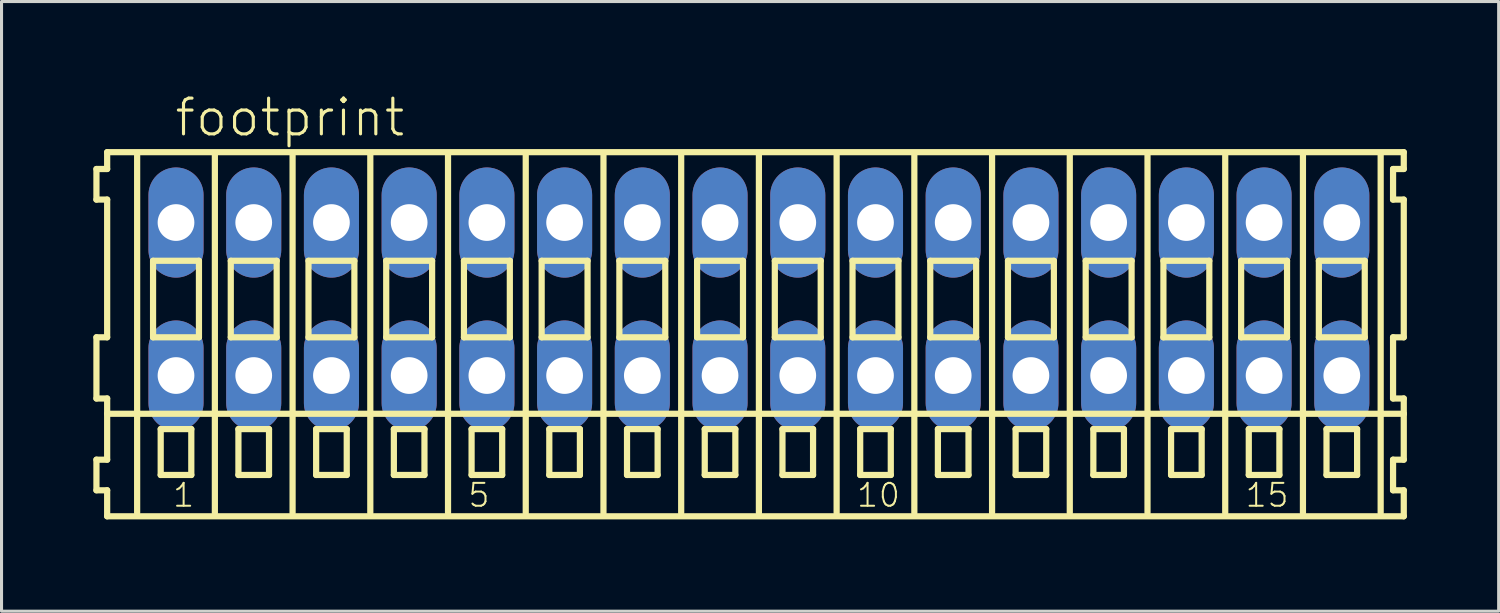
<source format=kicad_pcb>
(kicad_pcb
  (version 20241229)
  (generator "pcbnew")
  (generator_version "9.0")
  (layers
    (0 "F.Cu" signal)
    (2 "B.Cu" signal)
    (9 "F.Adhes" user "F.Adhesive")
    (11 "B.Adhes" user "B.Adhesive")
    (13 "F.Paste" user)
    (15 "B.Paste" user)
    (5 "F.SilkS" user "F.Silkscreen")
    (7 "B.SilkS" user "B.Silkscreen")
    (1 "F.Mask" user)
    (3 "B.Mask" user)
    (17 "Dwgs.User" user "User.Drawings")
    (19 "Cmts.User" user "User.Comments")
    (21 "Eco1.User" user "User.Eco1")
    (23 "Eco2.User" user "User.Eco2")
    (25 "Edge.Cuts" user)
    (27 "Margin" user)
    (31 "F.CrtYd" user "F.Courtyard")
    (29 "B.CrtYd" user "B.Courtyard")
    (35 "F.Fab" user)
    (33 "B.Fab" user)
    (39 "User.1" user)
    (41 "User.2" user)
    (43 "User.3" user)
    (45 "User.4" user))
  (footprint "footprint"
    (layer "F.Cu")
    (at 21.752 6.723)
    (property "Reference" "footprint" (at -19.15 -5.25 0) (layer "F.SilkS") (effects (font (size 1.168 1.168) (thickness 0.102)) (justify left bottom)))
    (fp_line (start -21.65 -4.25) (end -21.65 -3.25) (stroke (width 0.203) (type solid)) (layer "F.SilkS"))
    (fp_line (start -21.65 -3.25) (end -21.3 -3.25) (stroke (width 0.203) (type solid)) (layer "F.SilkS"))
    (fp_line (start -21.65 1.25) (end -21.65 3.25) (stroke (width 0.203) (type solid)) (layer "F.SilkS"))
    (fp_line (start -21.65 3.25) (end -21.3 3.25) (stroke (width 0.203) (type solid)) (layer "F.SilkS"))
    (fp_line (start -21.65 5.25) (end -21.65 6.25) (stroke (width 0.203) (type solid)) (layer "F.SilkS"))
    (fp_line (start -21.65 6.25) (end -21.3 6.25) (stroke (width 0.203) (type solid)) (layer "F.SilkS"))
    (fp_line (start -21.3 -4.8) (end -21.3 -4.25) (stroke (width 0.203) (type solid)) (layer "F.SilkS"))
    (fp_line (start -21.3 -4.25) (end -21.65 -4.25) (stroke (width 0.203) (type solid)) (layer "F.SilkS"))
    (fp_line (start -21.3 -3.25) (end -21.3 1.25) (stroke (width 0.203) (type solid)) (layer "F.SilkS"))
    (fp_line (start -21.3 1.25) (end -21.65 1.25) (stroke (width 0.203) (type solid)) (layer "F.SilkS"))
    (fp_line (start -21.3 3.25) (end -21.3 5.25) (stroke (width 0.203) (type solid)) (layer "F.SilkS"))
    (fp_line (start -21.3 3.75) (end 21.075 3.75) (stroke (width 0.203) (type solid)) (layer "F.SilkS"))
    (fp_line (start -21.3 5.25) (end -21.65 5.25) (stroke (width 0.203) (type solid)) (layer "F.SilkS"))
    (fp_line (start -21.3 6.25) (end -21.3 7.1) (stroke (width 0.203) (type solid)) (layer "F.SilkS"))
    (fp_line (start -21.3 7.1) (end 21.075 7.1) (stroke (width 0.203) (type solid)) (layer "F.SilkS"))
    (fp_line (start -20.32 6.985) (end -20.32 -4.699) (stroke (width 0.203) (type solid)) (layer "F.SilkS"))
    (fp_line (start -19.8 -1.25) (end -19.8 1.25) (stroke (width 0.203) (type solid)) (layer "F.SilkS"))
    (fp_line (start -19.8 1.25) (end -18.3 1.25) (stroke (width 0.203) (type solid)) (layer "F.SilkS"))
    (fp_line (start -19.55 4.25) (end -19.55 5.75) (stroke (width 0.203) (type solid)) (layer "F.SilkS"))
    (fp_line (start -19.55 5.75) (end -18.55 5.75) (stroke (width 0.203) (type solid)) (layer "F.SilkS"))
    (fp_line (start -18.55 4.25) (end -19.55 4.25) (stroke (width 0.203) (type solid)) (layer "F.SilkS"))
    (fp_line (start -18.55 5.75) (end -18.55 4.25) (stroke (width 0.203) (type solid)) (layer "F.SilkS"))
    (fp_line (start -18.3 -1.25) (end -19.8 -1.25) (stroke (width 0.203) (type solid)) (layer "F.SilkS"))
    (fp_line (start -18.3 1.25) (end -18.3 -1.25) (stroke (width 0.203) (type solid)) (layer "F.SilkS"))
    (fp_line (start -17.78 6.985) (end -17.78 -4.699) (stroke (width 0.203) (type solid)) (layer "F.SilkS"))
    (fp_line (start -17.26 -1.25) (end -17.26 1.25) (stroke (width 0.203) (type solid)) (layer "F.SilkS"))
    (fp_line (start -17.26 1.25) (end -15.76 1.25) (stroke (width 0.203) (type solid)) (layer "F.SilkS"))
    (fp_line (start -17.01 4.25) (end -17.01 5.75) (stroke (width 0.203) (type solid)) (layer "F.SilkS"))
    (fp_line (start -17.01 5.75) (end -16.01 5.75) (stroke (width 0.203) (type solid)) (layer "F.SilkS"))
    (fp_line (start -16.01 4.25) (end -17.01 4.25) (stroke (width 0.203) (type solid)) (layer "F.SilkS"))
    (fp_line (start -16.01 5.75) (end -16.01 4.25) (stroke (width 0.203) (type solid)) (layer "F.SilkS"))
    (fp_line (start -15.76 -1.25) (end -17.26 -1.25) (stroke (width 0.203) (type solid)) (layer "F.SilkS"))
    (fp_line (start -15.76 1.25) (end -15.76 -1.25) (stroke (width 0.203) (type solid)) (layer "F.SilkS"))
    (fp_line (start -15.24 6.985) (end -15.24 -4.699) (stroke (width 0.203) (type solid)) (layer "F.SilkS"))
    (fp_line (start -14.72 -1.25) (end -14.72 1.25) (stroke (width 0.203) (type solid)) (layer "F.SilkS"))
    (fp_line (start -14.72 1.25) (end -13.22 1.25) (stroke (width 0.203) (type solid)) (layer "F.SilkS"))
    (fp_line (start -14.47 4.25) (end -14.47 5.75) (stroke (width 0.203) (type solid)) (layer "F.SilkS"))
    (fp_line (start -14.47 5.75) (end -13.47 5.75) (stroke (width 0.203) (type solid)) (layer "F.SilkS"))
    (fp_line (start -13.47 4.25) (end -14.47 4.25) (stroke (width 0.203) (type solid)) (layer "F.SilkS"))
    (fp_line (start -13.47 5.75) (end -13.47 4.25) (stroke (width 0.203) (type solid)) (layer "F.SilkS"))
    (fp_line (start -13.22 -1.25) (end -14.72 -1.25) (stroke (width 0.203) (type solid)) (layer "F.SilkS"))
    (fp_line (start -13.22 1.25) (end -13.22 -1.25) (stroke (width 0.203) (type solid)) (layer "F.SilkS"))
    (fp_line (start -12.7 6.985) (end -12.7 -4.699) (stroke (width 0.203) (type solid)) (layer "F.SilkS"))
    (fp_line (start -12.18 -1.25) (end -12.18 1.25) (stroke (width 0.203) (type solid)) (layer "F.SilkS"))
    (fp_line (start -12.18 1.25) (end -10.68 1.25) (stroke (width 0.203) (type solid)) (layer "F.SilkS"))
    (fp_line (start -11.93 4.25) (end -11.93 5.75) (stroke (width 0.203) (type solid)) (layer "F.SilkS"))
    (fp_line (start -11.93 5.75) (end -10.93 5.75) (stroke (width 0.203) (type solid)) (layer "F.SilkS"))
    (fp_line (start -10.93 4.25) (end -11.93 4.25) (stroke (width 0.203) (type solid)) (layer "F.SilkS"))
    (fp_line (start -10.93 5.75) (end -10.93 4.25) (stroke (width 0.203) (type solid)) (layer "F.SilkS"))
    (fp_line (start -10.68 -1.25) (end -12.18 -1.25) (stroke (width 0.203) (type solid)) (layer "F.SilkS"))
    (fp_line (start -10.68 1.25) (end -10.68 -1.25) (stroke (width 0.203) (type solid)) (layer "F.SilkS"))
    (fp_line (start -10.16 6.985) (end -10.16 -4.699) (stroke (width 0.203) (type solid)) (layer "F.SilkS"))
    (fp_line (start -9.64 -1.25) (end -9.64 1.25) (stroke (width 0.203) (type solid)) (layer "F.SilkS"))
    (fp_line (start -9.64 1.25) (end -8.14 1.25) (stroke (width 0.203) (type solid)) (layer "F.SilkS"))
    (fp_line (start -9.39 4.25) (end -9.39 5.75) (stroke (width 0.203) (type solid)) (layer "F.SilkS"))
    (fp_line (start -9.39 5.75) (end -8.39 5.75) (stroke (width 0.203) (type solid)) (layer "F.SilkS"))
    (fp_line (start -8.39 4.25) (end -9.39 4.25) (stroke (width 0.203) (type solid)) (layer "F.SilkS"))
    (fp_line (start -8.39 5.75) (end -8.39 4.25) (stroke (width 0.203) (type solid)) (layer "F.SilkS"))
    (fp_line (start -8.14 -1.25) (end -9.64 -1.25) (stroke (width 0.203) (type solid)) (layer "F.SilkS"))
    (fp_line (start -8.14 1.25) (end -8.14 -1.25) (stroke (width 0.203) (type solid)) (layer "F.SilkS"))
    (fp_line (start -7.62 6.985) (end -7.62 -4.699) (stroke (width 0.203) (type solid)) (layer "F.SilkS"))
    (fp_line (start -7.1 -1.25) (end -7.1 1.25) (stroke (width 0.203) (type solid)) (layer "F.SilkS"))
    (fp_line (start -7.1 1.25) (end -5.6 1.25) (stroke (width 0.203) (type solid)) (layer "F.SilkS"))
    (fp_line (start -6.85 4.25) (end -6.85 5.75) (stroke (width 0.203) (type solid)) (layer "F.SilkS"))
    (fp_line (start -6.85 5.75) (end -5.85 5.75) (stroke (width 0.203) (type solid)) (layer "F.SilkS"))
    (fp_line (start -5.85 4.25) (end -6.85 4.25) (stroke (width 0.203) (type solid)) (layer "F.SilkS"))
    (fp_line (start -5.85 5.75) (end -5.85 4.25) (stroke (width 0.203) (type solid)) (layer "F.SilkS"))
    (fp_line (start -5.6 -1.25) (end -7.1 -1.25) (stroke (width 0.203) (type solid)) (layer "F.SilkS"))
    (fp_line (start -5.6 1.25) (end -5.6 -1.25) (stroke (width 0.203) (type solid)) (layer "F.SilkS"))
    (fp_line (start -5.08 6.985) (end -5.08 -4.699) (stroke (width 0.203) (type solid)) (layer "F.SilkS"))
    (fp_line (start -4.56 -1.25) (end -4.56 1.25) (stroke (width 0.203) (type solid)) (layer "F.SilkS"))
    (fp_line (start -4.56 1.25) (end -3.06 1.25) (stroke (width 0.203) (type solid)) (layer "F.SilkS"))
    (fp_line (start -4.31 4.25) (end -4.31 5.75) (stroke (width 0.203) (type solid)) (layer "F.SilkS"))
    (fp_line (start -4.31 5.75) (end -3.31 5.75) (stroke (width 0.203) (type solid)) (layer "F.SilkS"))
    (fp_line (start -3.31 4.25) (end -4.31 4.25) (stroke (width 0.203) (type solid)) (layer "F.SilkS"))
    (fp_line (start -3.31 5.75) (end -3.31 4.25) (stroke (width 0.203) (type solid)) (layer "F.SilkS"))
    (fp_line (start -3.06 -1.25) (end -4.56 -1.25) (stroke (width 0.203) (type solid)) (layer "F.SilkS"))
    (fp_line (start -3.06 1.25) (end -3.06 -1.25) (stroke (width 0.203) (type solid)) (layer "F.SilkS"))
    (fp_line (start -2.54 6.985) (end -2.54 -4.699) (stroke (width 0.203) (type solid)) (layer "F.SilkS"))
    (fp_line (start -2.02 -1.25) (end -2.02 1.25) (stroke (width 0.203) (type solid)) (layer "F.SilkS"))
    (fp_line (start -2.02 1.25) (end -0.52 1.25) (stroke (width 0.203) (type solid)) (layer "F.SilkS"))
    (fp_line (start -1.77 4.25) (end -1.77 5.75) (stroke (width 0.203) (type solid)) (layer "F.SilkS"))
    (fp_line (start -1.77 5.75) (end -0.77 5.75) (stroke (width 0.203) (type solid)) (layer "F.SilkS"))
    (fp_line (start -0.77 4.25) (end -1.77 4.25) (stroke (width 0.203) (type solid)) (layer "F.SilkS"))
    (fp_line (start -0.77 5.75) (end -0.77 4.25) (stroke (width 0.203) (type solid)) (layer "F.SilkS"))
    (fp_line (start -0.52 -1.25) (end -2.02 -1.25) (stroke (width 0.203) (type solid)) (layer "F.SilkS"))
    (fp_line (start -0.52 1.25) (end -0.52 -1.25) (stroke (width 0.203) (type solid)) (layer "F.SilkS"))
    (fp_line (start 0 6.985) (end 0 -4.699) (stroke (width 0.203) (type solid)) (layer "F.SilkS"))
    (fp_line (start 0.52 -1.25) (end 0.52 1.25) (stroke (width 0.203) (type solid)) (layer "F.SilkS"))
    (fp_line (start 0.52 1.25) (end 2.02 1.25) (stroke (width 0.203) (type solid)) (layer "F.SilkS"))
    (fp_line (start 0.77 4.25) (end 0.77 5.75) (stroke (width 0.203) (type solid)) (layer "F.SilkS"))
    (fp_line (start 0.77 5.75) (end 1.77 5.75) (stroke (width 0.203) (type solid)) (layer "F.SilkS"))
    (fp_line (start 1.77 4.25) (end 0.77 4.25) (stroke (width 0.203) (type solid)) (layer "F.SilkS"))
    (fp_line (start 1.77 5.75) (end 1.77 4.25) (stroke (width 0.203) (type solid)) (layer "F.SilkS"))
    (fp_line (start 2.02 -1.25) (end 0.52 -1.25) (stroke (width 0.203) (type solid)) (layer "F.SilkS"))
    (fp_line (start 2.02 1.25) (end 2.02 -1.25) (stroke (width 0.203) (type solid)) (layer "F.SilkS"))
    (fp_line (start 2.54 6.985) (end 2.54 -4.699) (stroke (width 0.203) (type solid)) (layer "F.SilkS"))
    (fp_line (start 3.06 -1.25) (end 3.06 1.25) (stroke (width 0.203) (type solid)) (layer "F.SilkS"))
    (fp_line (start 3.06 1.25) (end 4.56 1.25) (stroke (width 0.203) (type solid)) (layer "F.SilkS"))
    (fp_line (start 3.31 4.25) (end 3.31 5.75) (stroke (width 0.203) (type solid)) (layer "F.SilkS"))
    (fp_line (start 3.31 5.75) (end 4.31 5.75) (stroke (width 0.203) (type solid)) (layer "F.SilkS"))
    (fp_line (start 4.31 4.25) (end 3.31 4.25) (stroke (width 0.203) (type solid)) (layer "F.SilkS"))
    (fp_line (start 4.31 5.75) (end 4.31 4.25) (stroke (width 0.203) (type solid)) (layer "F.SilkS"))
    (fp_line (start 4.56 -1.25) (end 3.06 -1.25) (stroke (width 0.203) (type solid)) (layer "F.SilkS"))
    (fp_line (start 4.56 1.25) (end 4.56 -1.25) (stroke (width 0.203) (type solid)) (layer "F.SilkS"))
    (fp_line (start 5.08 6.985) (end 5.08 -4.699) (stroke (width 0.203) (type solid)) (layer "F.SilkS"))
    (fp_line (start 5.6 -1.25) (end 5.6 1.25) (stroke (width 0.203) (type solid)) (layer "F.SilkS"))
    (fp_line (start 5.6 1.25) (end 7.1 1.25) (stroke (width 0.203) (type solid)) (layer "F.SilkS"))
    (fp_line (start 5.85 4.25) (end 5.85 5.75) (stroke (width 0.203) (type solid)) (layer "F.SilkS"))
    (fp_line (start 5.85 5.75) (end 6.85 5.75) (stroke (width 0.203) (type solid)) (layer "F.SilkS"))
    (fp_line (start 6.85 4.25) (end 5.85 4.25) (stroke (width 0.203) (type solid)) (layer "F.SilkS"))
    (fp_line (start 6.85 5.75) (end 6.85 4.25) (stroke (width 0.203) (type solid)) (layer "F.SilkS"))
    (fp_line (start 7.1 -1.25) (end 5.6 -1.25) (stroke (width 0.203) (type solid)) (layer "F.SilkS"))
    (fp_line (start 7.1 1.25) (end 7.1 -1.25) (stroke (width 0.203) (type solid)) (layer "F.SilkS"))
    (fp_line (start 7.62 6.985) (end 7.62 -4.699) (stroke (width 0.203) (type solid)) (layer "F.SilkS"))
    (fp_line (start 8.14 -1.25) (end 8.14 1.25) (stroke (width 0.203) (type solid)) (layer "F.SilkS"))
    (fp_line (start 8.14 1.25) (end 9.64 1.25) (stroke (width 0.203) (type solid)) (layer "F.SilkS"))
    (fp_line (start 8.39 4.25) (end 8.39 5.75) (stroke (width 0.203) (type solid)) (layer "F.SilkS"))
    (fp_line (start 8.39 5.75) (end 9.39 5.75) (stroke (width 0.203) (type solid)) (layer "F.SilkS"))
    (fp_line (start 9.39 4.25) (end 8.39 4.25) (stroke (width 0.203) (type solid)) (layer "F.SilkS"))
    (fp_line (start 9.39 5.75) (end 9.39 4.25) (stroke (width 0.203) (type solid)) (layer "F.SilkS"))
    (fp_line (start 9.64 -1.25) (end 8.14 -1.25) (stroke (width 0.203) (type solid)) (layer "F.SilkS"))
    (fp_line (start 9.64 1.25) (end 9.64 -1.25) (stroke (width 0.203) (type solid)) (layer "F.SilkS"))
    (fp_line (start 10.16 6.985) (end 10.16 -4.699) (stroke (width 0.203) (type solid)) (layer "F.SilkS"))
    (fp_line (start 10.68 -1.25) (end 10.68 1.25) (stroke (width 0.203) (type solid)) (layer "F.SilkS"))
    (fp_line (start 10.68 1.25) (end 12.18 1.25) (stroke (width 0.203) (type solid)) (layer "F.SilkS"))
    (fp_line (start 10.93 4.25) (end 10.93 5.75) (stroke (width 0.203) (type solid)) (layer "F.SilkS"))
    (fp_line (start 10.93 5.75) (end 11.93 5.75) (stroke (width 0.203) (type solid)) (layer "F.SilkS"))
    (fp_line (start 11.93 4.25) (end 10.93 4.25) (stroke (width 0.203) (type solid)) (layer "F.SilkS"))
    (fp_line (start 11.93 5.75) (end 11.93 4.25) (stroke (width 0.203) (type solid)) (layer "F.SilkS"))
    (fp_line (start 12.18 -1.25) (end 10.68 -1.25) (stroke (width 0.203) (type solid)) (layer "F.SilkS"))
    (fp_line (start 12.18 1.25) (end 12.18 -1.25) (stroke (width 0.203) (type solid)) (layer "F.SilkS"))
    (fp_line (start 12.7 6.985) (end 12.7 -4.699) (stroke (width 0.203) (type solid)) (layer "F.SilkS"))
    (fp_line (start 13.22 -1.25) (end 13.22 1.25) (stroke (width 0.203) (type solid)) (layer "F.SilkS"))
    (fp_line (start 13.22 1.25) (end 14.72 1.25) (stroke (width 0.203) (type solid)) (layer "F.SilkS"))
    (fp_line (start 13.47 4.25) (end 13.47 5.75) (stroke (width 0.203) (type solid)) (layer "F.SilkS"))
    (fp_line (start 13.47 5.75) (end 14.47 5.75) (stroke (width 0.203) (type solid)) (layer "F.SilkS"))
    (fp_line (start 14.47 4.25) (end 13.47 4.25) (stroke (width 0.203) (type solid)) (layer "F.SilkS"))
    (fp_line (start 14.47 5.75) (end 14.47 4.25) (stroke (width 0.203) (type solid)) (layer "F.SilkS"))
    (fp_line (start 14.72 -1.25) (end 13.22 -1.25) (stroke (width 0.203) (type solid)) (layer "F.SilkS"))
    (fp_line (start 14.72 1.25) (end 14.72 -1.25) (stroke (width 0.203) (type solid)) (layer "F.SilkS"))
    (fp_line (start 15.24 6.985) (end 15.24 -4.699) (stroke (width 0.203) (type solid)) (layer "F.SilkS"))
    (fp_line (start 15.76 -1.25) (end 15.76 1.25) (stroke (width 0.203) (type solid)) (layer "F.SilkS"))
    (fp_line (start 15.76 1.25) (end 17.26 1.25) (stroke (width 0.203) (type solid)) (layer "F.SilkS"))
    (fp_line (start 16.01 4.25) (end 16.01 5.75) (stroke (width 0.203) (type solid)) (layer "F.SilkS"))
    (fp_line (start 16.01 5.75) (end 17.01 5.75) (stroke (width 0.203) (type solid)) (layer "F.SilkS"))
    (fp_line (start 17.01 4.25) (end 16.01 4.25) (stroke (width 0.203) (type solid)) (layer "F.SilkS"))
    (fp_line (start 17.01 5.75) (end 17.01 4.25) (stroke (width 0.203) (type solid)) (layer "F.SilkS"))
    (fp_line (start 17.26 -1.25) (end 15.76 -1.25) (stroke (width 0.203) (type solid)) (layer "F.SilkS"))
    (fp_line (start 17.26 1.25) (end 17.26 -1.25) (stroke (width 0.203) (type solid)) (layer "F.SilkS"))
    (fp_line (start 17.78 6.985) (end 17.78 -4.699) (stroke (width 0.203) (type solid)) (layer "F.SilkS"))
    (fp_line (start 18.3 -1.25) (end 18.3 1.25) (stroke (width 0.203) (type solid)) (layer "F.SilkS"))
    (fp_line (start 18.3 1.25) (end 19.8 1.25) (stroke (width 0.203) (type solid)) (layer "F.SilkS"))
    (fp_line (start 18.55 4.25) (end 18.55 5.75) (stroke (width 0.203) (type solid)) (layer "F.SilkS"))
    (fp_line (start 18.55 5.75) (end 19.55 5.75) (stroke (width 0.203) (type solid)) (layer "F.SilkS"))
    (fp_line (start 19.55 4.25) (end 18.55 4.25) (stroke (width 0.203) (type solid)) (layer "F.SilkS"))
    (fp_line (start 19.55 5.75) (end 19.55 4.25) (stroke (width 0.203) (type solid)) (layer "F.SilkS"))
    (fp_line (start 19.8 -1.25) (end 18.3 -1.25) (stroke (width 0.203) (type solid)) (layer "F.SilkS"))
    (fp_line (start 19.8 1.25) (end 19.8 -1.25) (stroke (width 0.203) (type solid)) (layer "F.SilkS"))
    (fp_line (start 20.32 6.985) (end 20.32 -4.699) (stroke (width 0.203) (type solid)) (layer "F.SilkS"))
    (fp_line (start 20.725 -4.25) (end 20.725 -3.25) (stroke (width 0.203) (type solid)) (layer "F.SilkS"))
    (fp_line (start 20.725 -3.25) (end 21.075 -3.25) (stroke (width 0.203) (type solid)) (layer "F.SilkS"))
    (fp_line (start 20.725 1.25) (end 20.725 3.25) (stroke (width 0.203) (type solid)) (layer "F.SilkS"))
    (fp_line (start 20.725 3.25) (end 21.075 3.25) (stroke (width 0.203) (type solid)) (layer "F.SilkS"))
    (fp_line (start 20.725 5.25) (end 20.725 6.25) (stroke (width 0.203) (type solid)) (layer "F.SilkS"))
    (fp_line (start 20.725 6.25) (end 21.075 6.25) (stroke (width 0.203) (type solid)) (layer "F.SilkS"))
    (fp_line (start 21.075 -4.8) (end -21.3 -4.8) (stroke (width 0.203) (type solid)) (layer "F.SilkS"))
    (fp_line (start 21.075 -4.25) (end 20.725 -4.25) (stroke (width 0.203) (type solid)) (layer "F.SilkS"))
    (fp_line (start 21.075 -4.25) (end 21.075 -4.8) (stroke (width 0.203) (type solid)) (layer "F.SilkS"))
    (fp_line (start 21.075 1.25) (end 20.725 1.25) (stroke (width 0.203) (type solid)) (layer "F.SilkS"))
    (fp_line (start 21.075 1.25) (end 21.075 -3.25) (stroke (width 0.203) (type solid)) (layer "F.SilkS"))
    (fp_line (start 21.075 3.75) (end 21.075 3.25) (stroke (width 0.203) (type solid)) (layer "F.SilkS"))
    (fp_line (start 21.075 5.25) (end 20.725 5.25) (stroke (width 0.203) (type solid)) (layer "F.SilkS"))
    (fp_line (start 21.075 5.25) (end 21.075 3.75) (stroke (width 0.203) (type solid)) (layer "F.SilkS"))
    (fp_line (start 21.075 7.1) (end 21.075 6.25) (stroke (width 0.203) (type solid)) (layer "F.SilkS"))
    (fp_text user "1" (at -19.2 6.85 0) (layer "F.SilkS") (effects (font (size 0.748 0.748) (thickness 0.065)) (justify left bottom)))
    (fp_text user "15" (at 15.852 6.85 0) (layer "F.SilkS") (effects (font (size 0.748 0.748) (thickness 0.065)) (justify left bottom)))
    (fp_text user "10" (at 3.152 6.85 0) (layer "F.SilkS") (effects (font (size 0.748 0.748) (thickness 0.065)) (justify left bottom)))
    (fp_text user "5" (at -9.548 6.85 0) (layer "F.SilkS") (effects (font (size 0.748 0.748) (thickness 0.065)) (justify left bottom)))
    (pad "A1" thru_hole oval (at -19.05 -2.5 90) (size 3.6 1.8) (drill 1.2) (layers "*.Cu" "*.Mask"))
    (pad "A2" thru_hole oval (at -16.51 -2.5 90) (size 3.6 1.8) (drill 1.2) (layers "*.Cu" "*.Mask"))
    (pad "A3" thru_hole oval (at -13.97 -2.5 90) (size 3.6 1.8) (drill 1.2) (layers "*.Cu" "*.Mask"))
    (pad "A4" thru_hole oval (at -11.43 -2.5 90) (size 3.6 1.8) (drill 1.2) (layers "*.Cu" "*.Mask"))
    (pad "A5" thru_hole oval (at -8.89 -2.5 90) (size 3.6 1.8) (drill 1.2) (layers "*.Cu" "*.Mask"))
    (pad "A6" thru_hole oval (at -6.35 -2.5 90) (size 3.6 1.8) (drill 1.2) (layers "*.Cu" "*.Mask"))
    (pad "A7" thru_hole oval (at -3.81 -2.5 90) (size 3.6 1.8) (drill 1.2) (layers "*.Cu" "*.Mask"))
    (pad "A8" thru_hole oval (at -1.27 -2.5 90) (size 3.6 1.8) (drill 1.2) (layers "*.Cu" "*.Mask"))
    (pad "A9" thru_hole oval (at 1.27 -2.5 90) (size 3.6 1.8) (drill 1.2) (layers "*.Cu" "*.Mask"))
    (pad "A10" thru_hole oval (at 3.81 -2.5 90) (size 3.6 1.8) (drill 1.2) (layers "*.Cu" "*.Mask"))
    (pad "A11" thru_hole oval (at 6.35 -2.5 90) (size 3.6 1.8) (drill 1.2) (layers "*.Cu" "*.Mask"))
    (pad "A12" thru_hole oval (at 8.89 -2.5 90) (size 3.6 1.8) (drill 1.2) (layers "*.Cu" "*.Mask"))
    (pad "A13" thru_hole oval (at 11.43 -2.5 90) (size 3.6 1.8) (drill 1.2) (layers "*.Cu" "*.Mask"))
    (pad "A14" thru_hole oval (at 13.97 -2.5 90) (size 3.6 1.8) (drill 1.2) (layers "*.Cu" "*.Mask"))
    (pad "A15" thru_hole oval (at 16.51 -2.5 90) (size 3.6 1.8) (drill 1.2) (layers "*.Cu" "*.Mask"))
    (pad "A16" thru_hole oval (at 19.05 -2.5 90) (size 3.6 1.8) (drill 1.2) (layers "*.Cu" "*.Mask"))
    (pad "B1" thru_hole oval (at -19.05 2.5 90) (size 3.6 1.8) (drill 1.2) (layers "*.Cu" "*.Mask"))
    (pad "B2" thru_hole oval (at -16.51 2.5 90) (size 3.6 1.8) (drill 1.2) (layers "*.Cu" "*.Mask"))
    (pad "B3" thru_hole oval (at -13.97 2.5 90) (size 3.6 1.8) (drill 1.2) (layers "*.Cu" "*.Mask"))
    (pad "B4" thru_hole oval (at -11.43 2.5 90) (size 3.6 1.8) (drill 1.2) (layers "*.Cu" "*.Mask"))
    (pad "B5" thru_hole oval (at -8.89 2.5 90) (size 3.6 1.8) (drill 1.2) (layers "*.Cu" "*.Mask"))
    (pad "B6" thru_hole oval (at -6.35 2.5 90) (size 3.6 1.8) (drill 1.2) (layers "*.Cu" "*.Mask"))
    (pad "B7" thru_hole oval (at -3.81 2.5 90) (size 3.6 1.8) (drill 1.2) (layers "*.Cu" "*.Mask"))
    (pad "B8" thru_hole oval (at -1.27 2.5 90) (size 3.6 1.8) (drill 1.2) (layers "*.Cu" "*.Mask"))
    (pad "B9" thru_hole oval (at 1.27 2.5 90) (size 3.6 1.8) (drill 1.2) (layers "*.Cu" "*.Mask"))
    (pad "B10" thru_hole oval (at 3.81 2.5 90) (size 3.6 1.8) (drill 1.2) (layers "*.Cu" "*.Mask"))
    (pad "B11" thru_hole oval (at 6.35 2.5 90) (size 3.6 1.8) (drill 1.2) (layers "*.Cu" "*.Mask"))
    (pad "B12" thru_hole oval (at 8.89 2.5 90) (size 3.6 1.8) (drill 1.2) (layers "*.Cu" "*.Mask"))
    (pad "B13" thru_hole oval (at 11.43 2.5 90) (size 3.6 1.8) (drill 1.2) (layers "*.Cu" "*.Mask"))
    (pad "B14" thru_hole oval (at 13.97 2.5 90) (size 3.6 1.8) (drill 1.2) (layers "*.Cu" "*.Mask"))
    (pad "B15" thru_hole oval (at 16.51 2.5 90) (size 3.6 1.8) (drill 1.2) (layers "*.Cu" "*.Mask"))
    (pad "B16" thru_hole oval (at 19.05 2.5 90) (size 3.6 1.8) (drill 1.2) (layers "*.Cu" "*.Mask")))
  (gr_rect
    (start -3 -3)
    (end 45.928 16.925)
    (stroke (width 0.1) (type default))
    (fill no)
    (layer "Edge.Cuts")))
</source>
